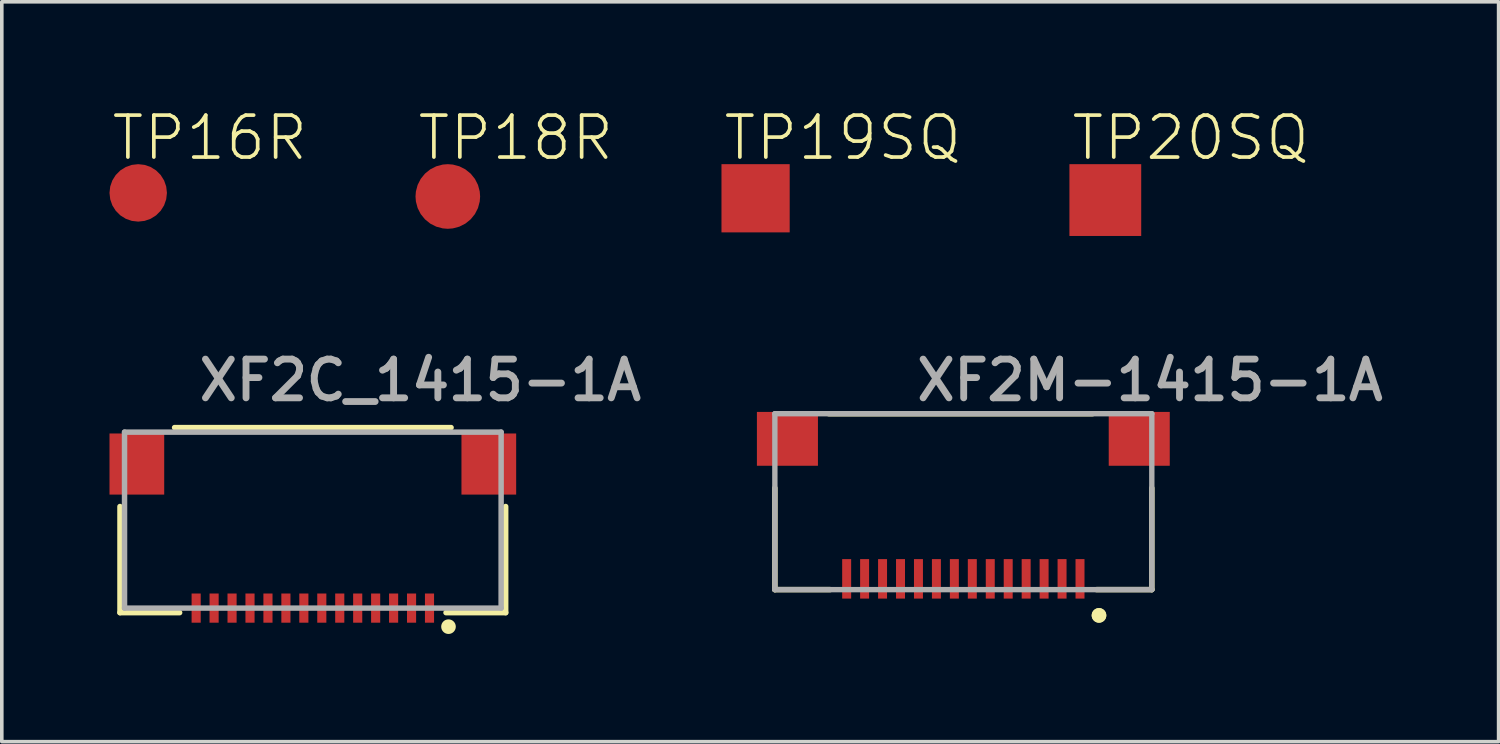
<source format=kicad_pcb>
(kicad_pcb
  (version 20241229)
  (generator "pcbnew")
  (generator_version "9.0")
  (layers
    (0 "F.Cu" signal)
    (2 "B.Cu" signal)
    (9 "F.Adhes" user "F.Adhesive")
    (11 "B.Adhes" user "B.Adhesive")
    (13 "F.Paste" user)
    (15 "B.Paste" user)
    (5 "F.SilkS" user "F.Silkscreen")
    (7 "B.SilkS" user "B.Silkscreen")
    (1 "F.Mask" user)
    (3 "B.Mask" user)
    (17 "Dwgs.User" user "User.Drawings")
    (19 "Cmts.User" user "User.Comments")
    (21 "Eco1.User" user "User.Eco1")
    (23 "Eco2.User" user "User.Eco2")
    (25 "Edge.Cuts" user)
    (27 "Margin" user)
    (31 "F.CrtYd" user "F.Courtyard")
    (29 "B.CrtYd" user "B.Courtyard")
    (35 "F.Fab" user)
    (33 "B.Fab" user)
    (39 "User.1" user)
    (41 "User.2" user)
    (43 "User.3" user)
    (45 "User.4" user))
  (footprint "XF2M-1415-1A"
    (layer "F.Cu")
    (at 23.784 11.124)
    (property "Reference" "XF2M-1415-1A" (at -1.4 -2.95 0) (unlocked yes) (layer "F.Fab") (effects (font (size 1.079 1.079) (thickness 0.191)) (justify left bottom)))
    (fp_line (start -5.25 -0.579) (end -5.25 2.25) (stroke (width 0.152) (type solid)) (layer "F.SilkS"))
    (fp_line (start -5.25 2.25) (end -3.71 2.25) (stroke (width 0.152) (type solid)) (layer "F.SilkS"))
    (fp_line (start 3.6 -2.65) (end -3.75 -2.65) (stroke (width 0.152) (type solid)) (layer "F.SilkS"))
    (fp_line (start 3.71 2.25) (end 5.25 2.25) (stroke (width 0.152) (type solid)) (layer "F.SilkS"))
    (fp_line (start 5.25 2.25) (end 5.25 -0.578) (stroke (width 0.152) (type solid)) (layer "F.SilkS"))
    (fp_circle (center 3.779 2.968) (end 3.881 2.968) (stroke (width 0.203) (type solid)) (fill yes) (layer "F.SilkS"))
    (fp_circle (center 3.779 2.968) (end 3.881 2.968) (stroke (width 0.203) (type solid)) (fill yes) (layer "F.SilkS"))
    (fp_line (start -5.25 -2.65) (end -5.25 2.25) (stroke (width 0.15) (type solid)) (layer "F.Fab"))
    (fp_line (start -5.25 2.25) (end 5.25 2.25) (stroke (width 0.15) (type solid)) (layer "F.Fab"))
    (fp_line (start 5.25 -2.65) (end -5.25 -2.65) (stroke (width 0.15) (type solid)) (layer "F.Fab"))
    (fp_line (start 5.25 2.25) (end 5.25 -2.65) (stroke (width 0.15) (type solid)) (layer "F.Fab"))
    (pad "0" smd rect (at 4.9 -1.95) (size 1.7 1.5) (layers "F.Cu" "F.Mask" "F.Paste"))
    (pad "1" smd rect (at 3.25 1.95 180) (size 0.25 1.1) (layers "F.Cu" "F.Mask" "F.Paste"))
    (pad "2" smd rect (at 2.75 1.95 180) (size 0.25 1.1) (layers "F.Cu" "F.Mask" "F.Paste"))
    (pad "3" smd rect (at 2.25 1.95 180) (size 0.25 1.1) (layers "F.Cu" "F.Mask" "F.Paste"))
    (pad "4" smd rect (at 1.75 1.95 180) (size 0.25 1.1) (layers "F.Cu" "F.Mask" "F.Paste"))
    (pad "5" smd rect (at 1.25 1.95 180) (size 0.25 1.1) (layers "F.Cu" "F.Mask" "F.Paste"))
    (pad "6" smd rect (at 0.75 1.95 180) (size 0.25 1.1) (layers "F.Cu" "F.Mask" "F.Paste"))
    (pad "7" smd rect (at 0.25 1.95 180) (size 0.25 1.1) (layers "F.Cu" "F.Mask" "F.Paste"))
    (pad "8" smd rect (at -0.25 1.95 180) (size 0.25 1.1) (layers "F.Cu" "F.Mask" "F.Paste"))
    (pad "9" smd rect (at -0.75 1.95 180) (size 0.25 1.1) (layers "F.Cu" "F.Mask" "F.Paste"))
    (pad "10" smd rect (at -1.25 1.95 180) (size 0.25 1.1) (layers "F.Cu" "F.Mask" "F.Paste"))
    (pad "11" smd rect (at -1.75 1.95 180) (size 0.25 1.1) (layers "F.Cu" "F.Mask" "F.Paste"))
    (pad "12" smd rect (at -2.25 1.95 180) (size 0.25 1.1) (layers "F.Cu" "F.Mask" "F.Paste"))
    (pad "13" smd rect (at -2.75 1.95 180) (size 0.25 1.1) (layers "F.Cu" "F.Mask" "F.Paste"))
    (pad "14" smd rect (at -3.25 1.95 180) (size 0.25 1.1) (layers "F.Cu" "F.Mask" "F.Paste"))
    (pad "15" smd rect (at -4.9 -1.95) (size 1.7 1.5) (layers "F.Cu" "F.Mask" "F.Paste")))
  (footprint "TP18R"
    (layer "F.Cu")
    (at 9.424 2.423)
    (property "Reference" "TP18R" (at -0.9 -0.95 0) (unlocked yes) (layer "F.SilkS") (effects (font (size 1.168 1.168) (thickness 0.102)) (justify left bottom)))
    (pad "TP" smd roundrect (at 0 0) (size 1.8 1.8) (layers "F.Cu" "F.Mask") (roundrect_rratio 0.5)))
  (footprint "TP20SQ"
    (layer "F.Cu")
    (at 27.739 2.523)
    (property "Reference" "TP20SQ" (at -1 -1.05 0) (unlocked yes) (layer "F.SilkS") (effects (font (size 1.168 1.168) (thickness 0.102)) (justify left bottom)))
    (pad "TP" smd rect (at 0 0) (size 2 2) (layers "F.Cu" "F.Mask")))
  (footprint "XF2C_1415-1A"
    (layer "F.Cu")
    (at 5.664 11.438)
    (property "Reference" "XF2C_1415-1A" (at -3.271 -3.264 0) (unlocked yes) (layer "F.Fab") (effects (font (size 1.079 1.079) (thickness 0.191)) (justify left bottom)))
    (fp_line (start -5.372 -0.379) (end -5.372 2.578) (stroke (width 0.152) (type solid)) (layer "F.SilkS"))
    (fp_line (start -5.372 2.578) (end -3.71 2.578) (stroke (width 0.152) (type solid)) (layer "F.SilkS"))
    (fp_line (start 3.71 2.578) (end 5.372 2.578) (stroke (width 0.152) (type solid)) (layer "F.SilkS"))
    (fp_line (start 3.851 -2.578) (end -3.851 -2.578) (stroke (width 0.152) (type solid)) (layer "F.SilkS"))
    (fp_line (start 5.372 2.578) (end 5.372 -0.379) (stroke (width 0.152) (type solid)) (layer "F.SilkS"))
    (fp_circle (center 3.779 2.968) (end 3.881 2.968) (stroke (width 0.203) (type solid)) (fill yes) (layer "F.SilkS"))
    (fp_line (start -5.245 -2.451) (end -5.245 2.451) (stroke (width 0.152) (type solid)) (layer "F.Fab"))
    (fp_line (start -5.245 2.451) (end 5.245 2.451) (stroke (width 0.152) (type solid)) (layer "F.Fab"))
    (fp_line (start 5.245 -2.451) (end -5.245 -2.451) (stroke (width 0.152) (type solid)) (layer "F.Fab"))
    (fp_line (start 5.245 2.451) (end 5.245 -2.451) (stroke (width 0.152) (type solid)) (layer "F.Fab"))
    (pad "0" smd rect (at 4.902 -1.562) (size 1.524 1.702) (layers "F.Cu" "F.Mask" "F.Paste"))
    (pad "1" smd rect (at 3.25 2.451 180) (size 0.254 0.813) (layers "F.Cu" "F.Mask" "F.Paste"))
    (pad "2" smd rect (at 2.75 2.451 180) (size 0.254 0.813) (layers "F.Cu" "F.Mask" "F.Paste"))
    (pad "3" smd rect (at 2.25 2.451 180) (size 0.254 0.813) (layers "F.Cu" "F.Mask" "F.Paste"))
    (pad "4" smd rect (at 1.75 2.451 180) (size 0.254 0.813) (layers "F.Cu" "F.Mask" "F.Paste"))
    (pad "5" smd rect (at 1.25 2.451 180) (size 0.254 0.813) (layers "F.Cu" "F.Mask" "F.Paste"))
    (pad "6" smd rect (at 0.75 2.451 180) (size 0.254 0.813) (layers "F.Cu" "F.Mask" "F.Paste"))
    (pad "7" smd rect (at 0.25 2.451 180) (size 0.254 0.813) (layers "F.Cu" "F.Mask" "F.Paste"))
    (pad "8" smd rect (at -0.25 2.451 180) (size 0.254 0.813) (layers "F.Cu" "F.Mask" "F.Paste"))
    (pad "9" smd rect (at -0.75 2.451 180) (size 0.254 0.813) (layers "F.Cu" "F.Mask" "F.Paste"))
    (pad "10" smd rect (at -1.25 2.451 180) (size 0.254 0.813) (layers "F.Cu" "F.Mask" "F.Paste"))
    (pad "11" smd rect (at -1.75 2.451 180) (size 0.254 0.813) (layers "F.Cu" "F.Mask" "F.Paste"))
    (pad "12" smd rect (at -2.25 2.451 180) (size 0.254 0.813) (layers "F.Cu" "F.Mask" "F.Paste"))
    (pad "13" smd rect (at -2.75 2.451 180) (size 0.254 0.813) (layers "F.Cu" "F.Mask" "F.Paste"))
    (pad "14" smd rect (at -3.25 2.451 180) (size 0.254 0.813) (layers "F.Cu" "F.Mask" "F.Paste"))
    (pad "15" smd rect (at -4.902 -1.562) (size 1.524 1.702) (layers "F.Cu" "F.Mask" "F.Paste")))
  (footprint "TP16R"
    (layer "F.Cu")
    (at 0.8 2.323)
    (property "Reference" "TP16R" (at -0.8 -0.85 0) (unlocked yes) (layer "F.SilkS") (effects (font (size 1.168 1.168) (thickness 0.102)) (justify left bottom)))
    (pad "TP" smd roundrect (at 0 0) (size 1.6 1.6) (layers "F.Cu" "F.Mask") (roundrect_rratio 0.5)))
  (footprint "TP19SQ"
    (layer "F.Cu")
    (at 17.997 2.473)
    (property "Reference" "TP19SQ" (at -0.95 -1 0) (unlocked yes) (layer "F.SilkS") (effects (font (size 1.168 1.168) (thickness 0.102)) (justify left bottom)))
    (pad "TP" smd rect (at 0 0) (size 1.9 1.9) (layers "F.Cu" "F.Mask")))
  (gr_rect
    (start -3 -3)
    (end 38.694 17.609)
    (stroke (width 0.1) (type default))
    (fill no)
    (layer "Edge.Cuts")))
</source>
